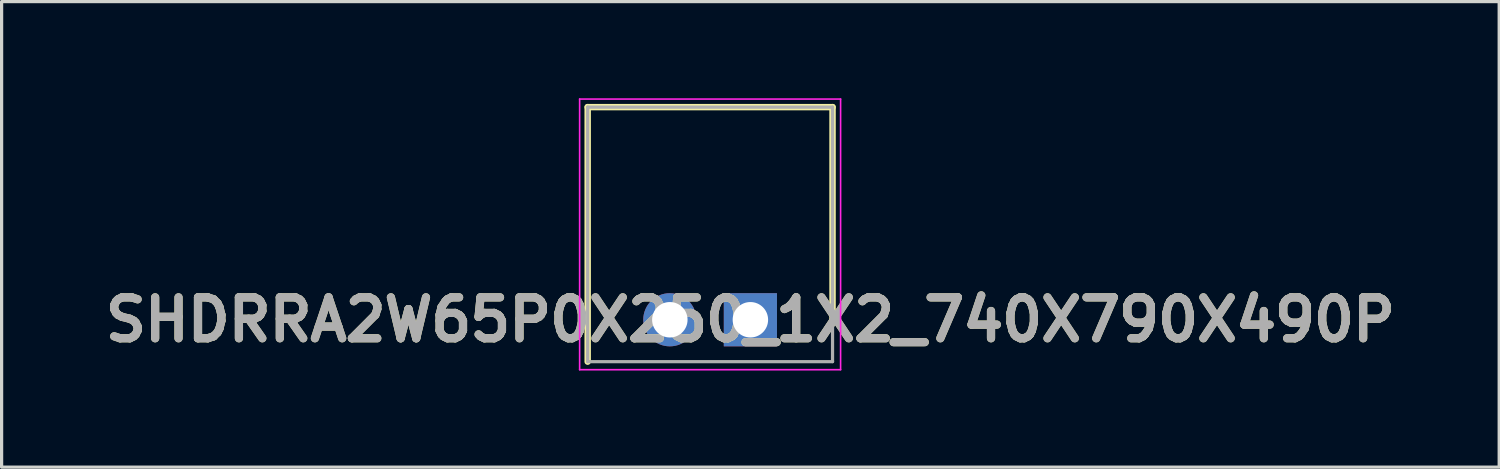
<source format=kicad_pcb>
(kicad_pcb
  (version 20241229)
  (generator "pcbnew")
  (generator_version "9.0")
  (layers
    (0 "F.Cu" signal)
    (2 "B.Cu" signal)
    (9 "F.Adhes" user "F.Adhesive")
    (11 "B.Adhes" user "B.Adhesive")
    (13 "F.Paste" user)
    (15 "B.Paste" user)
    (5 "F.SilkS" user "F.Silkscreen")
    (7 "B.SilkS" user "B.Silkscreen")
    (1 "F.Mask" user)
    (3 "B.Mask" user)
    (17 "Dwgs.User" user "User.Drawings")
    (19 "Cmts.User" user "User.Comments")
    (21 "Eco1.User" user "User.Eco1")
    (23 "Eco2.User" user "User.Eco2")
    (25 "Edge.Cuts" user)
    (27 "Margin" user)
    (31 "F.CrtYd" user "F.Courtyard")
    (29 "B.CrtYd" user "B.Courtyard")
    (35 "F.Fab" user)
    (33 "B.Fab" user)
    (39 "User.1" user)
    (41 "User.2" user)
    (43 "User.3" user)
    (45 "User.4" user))
  (footprint "SHDRRA2W65P0X250_1X2_740X790X490P"
    (layer "F.Cu")
    (at 20.241 6.875)
    (property "Reference" "SHDRRA2W65P0X250_1X2_740X790X490P" (at 0 0 0) (layer "F.SilkS") (effects (font (size 1.27 1.27) (thickness 0.254))))
    (attr through_hole)
    (fp_line (start -5.05 -6.6) (end -5.05 1.3) (stroke (width 0.2) (type solid)) (layer "F.SilkS"))
    (fp_line (start 2.55 -6.6) (end -5.05 -6.6) (stroke (width 0.2) (type solid)) (layer "F.SilkS"))
    (fp_line (start 2.55 0) (end 2.55 -6.6) (stroke (width 0.2) (type solid)) (layer "F.SilkS"))
    (fp_line (start -5.3 -6.85) (end 2.8 -6.85) (stroke (width 0.05) (type solid)) (layer "F.CrtYd"))
    (fp_line (start -5.3 1.55) (end -5.3 -6.85) (stroke (width 0.05) (type solid)) (layer "F.CrtYd"))
    (fp_line (start 2.8 -6.85) (end 2.8 1.55) (stroke (width 0.05) (type solid)) (layer "F.CrtYd"))
    (fp_line (start 2.8 1.55) (end -5.3 1.55) (stroke (width 0.05) (type solid)) (layer "F.CrtYd"))
    (fp_line (start -5.05 -6.6) (end 2.55 -6.6) (stroke (width 0.1) (type solid)) (layer "F.Fab"))
    (fp_line (start -5.05 1.3) (end -5.05 -6.6) (stroke (width 0.1) (type solid)) (layer "F.Fab"))
    (fp_line (start 2.55 -6.6) (end 2.55 1.3) (stroke (width 0.1) (type solid)) (layer "F.Fab"))
    (fp_line (start 2.55 1.3) (end -5.05 1.3) (stroke (width 0.1) (type solid)) (layer "F.Fab"))
    (fp_text user "${REFERENCE}" (at 0 0 0) (layer "F.Fab") (effects (font (size 1.27 1.27) (thickness 0.254))))
    (pad "1" thru_hole rect (at 0 0) (size 1.65 1.65) (drill 1.1) (layers "*.Cu" "*.Mask"))
    (pad "2" thru_hole circle (at -2.5 0) (size 1.65 1.65) (drill 1.1) (layers "*.Cu" "*.Mask")))
  (gr_rect
    (start -3 -3)
    (end 43.483 11.45)
    (stroke (width 0.1) (type default))
    (fill no)
    (layer "Edge.Cuts")))
</source>
